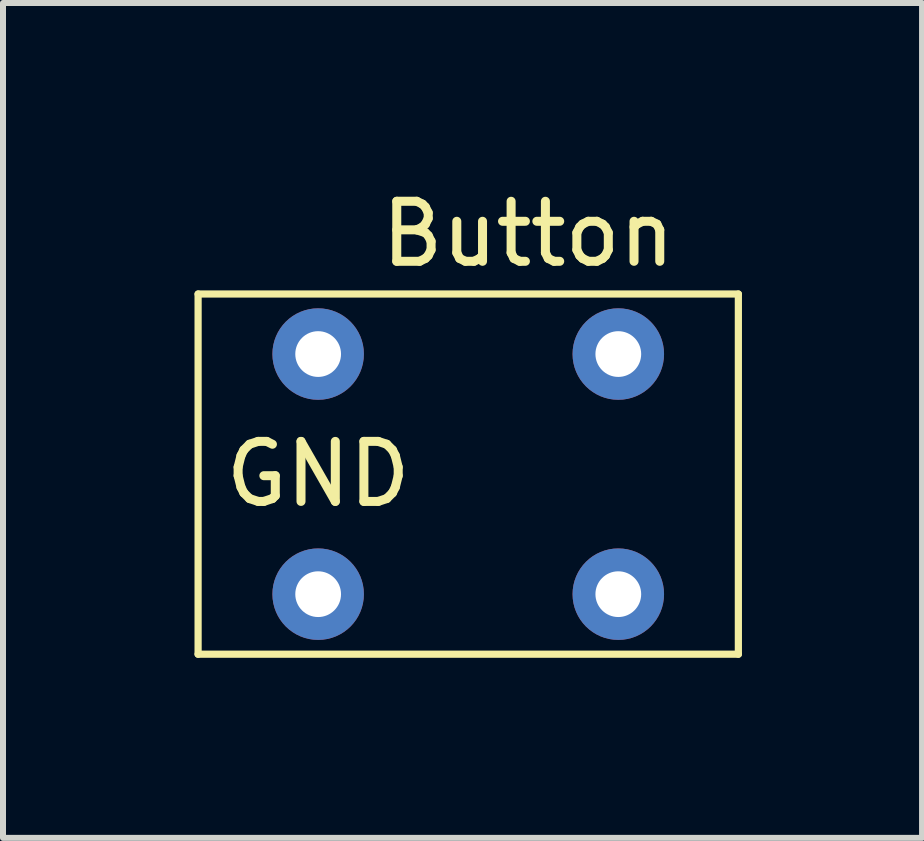
<source format=kicad_pcb>
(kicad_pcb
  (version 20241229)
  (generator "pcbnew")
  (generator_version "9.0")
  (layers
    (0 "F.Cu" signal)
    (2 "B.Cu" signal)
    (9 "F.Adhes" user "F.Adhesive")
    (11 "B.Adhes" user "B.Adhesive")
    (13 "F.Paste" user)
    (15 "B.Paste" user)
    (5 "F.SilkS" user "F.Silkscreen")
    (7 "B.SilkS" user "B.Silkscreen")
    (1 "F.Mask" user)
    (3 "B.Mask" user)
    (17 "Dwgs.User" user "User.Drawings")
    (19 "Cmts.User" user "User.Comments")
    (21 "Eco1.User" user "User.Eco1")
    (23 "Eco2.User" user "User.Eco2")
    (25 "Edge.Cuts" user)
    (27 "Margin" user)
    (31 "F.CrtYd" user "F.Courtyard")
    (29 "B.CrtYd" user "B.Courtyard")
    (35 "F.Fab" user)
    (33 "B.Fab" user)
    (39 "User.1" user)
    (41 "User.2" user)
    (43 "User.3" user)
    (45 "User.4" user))
  (footprint "Button"
    (layer "F.Cu")
    (at 0.25 1.848)
    (property "Reference" "Button" (at 5.5 -1 0) (layer "F.SilkS") (effects (font (size 1 1) (thickness 0.15))))
    (attr through_hole)
    (fp_line (start 0 0) (end 0 6) (stroke (width 0.12) (type solid)) (layer "F.SilkS"))
    (fp_line (start 0 6) (end 9 6) (stroke (width 0.12) (type solid)) (layer "F.SilkS"))
    (fp_line (start 9 0) (end 0 0) (stroke (width 0.12) (type solid)) (layer "F.SilkS"))
    (fp_line (start 9 6) (end 9 0) (stroke (width 0.12) (type solid)) (layer "F.SilkS"))
    (fp_text user "GND" (at 2 3 0) (layer "F.SilkS") (effects (font (size 1 1) (thickness 0.15))))
    (pad "1" thru_hole circle (at 2 1) (size 1.524 1.524) (drill 0.762) (layers "*.Cu" "*.Mask"))
    (pad "2" thru_hole circle (at 2 5) (size 1.524 1.524) (drill 0.762) (layers "*.Cu" "*.Mask"))
    (pad "3" thru_hole circle (at 7 5) (size 1.524 1.524) (drill 0.762) (layers "*.Cu" "*.Mask"))
    (pad "4" thru_hole circle (at 7 1) (size 1.524 1.524) (drill 0.762) (layers "*.Cu" "*.Mask")))
  (gr_rect
    (start -3 -3)
    (end 12.31 10.908)
    (stroke (width 0.1) (type default))
    (fill no)
    (layer "Edge.Cuts")))
</source>
